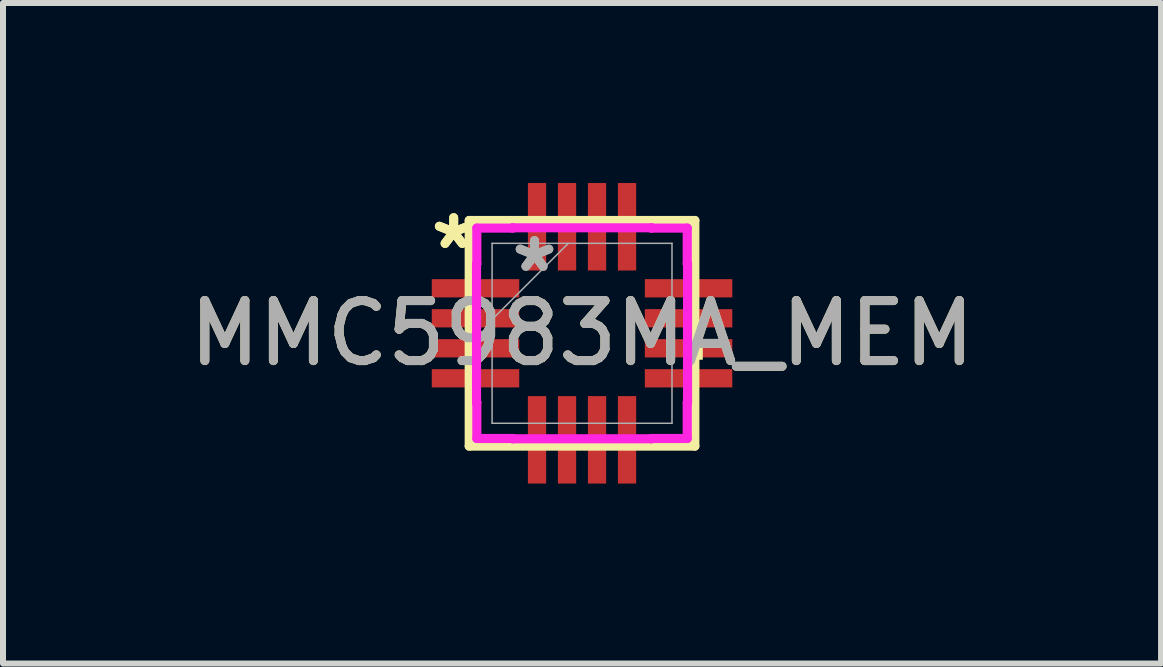
<source format=kicad_pcb>
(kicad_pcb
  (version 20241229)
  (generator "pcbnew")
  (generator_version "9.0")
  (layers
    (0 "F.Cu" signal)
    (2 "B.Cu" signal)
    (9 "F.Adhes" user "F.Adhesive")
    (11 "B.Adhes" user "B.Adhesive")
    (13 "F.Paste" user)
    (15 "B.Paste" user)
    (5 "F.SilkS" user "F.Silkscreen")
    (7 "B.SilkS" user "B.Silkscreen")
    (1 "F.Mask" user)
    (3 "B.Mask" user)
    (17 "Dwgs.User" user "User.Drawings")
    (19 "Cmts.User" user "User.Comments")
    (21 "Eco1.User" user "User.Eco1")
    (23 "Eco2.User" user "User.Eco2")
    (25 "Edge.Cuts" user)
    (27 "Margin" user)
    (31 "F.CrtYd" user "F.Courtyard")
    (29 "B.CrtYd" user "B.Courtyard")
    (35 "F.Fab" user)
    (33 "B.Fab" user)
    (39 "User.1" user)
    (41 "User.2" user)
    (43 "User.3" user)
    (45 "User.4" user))
  (footprint "MMC5983MA_MEM"
    (layer "F.Cu")
    (at 6.649 2.504)
    (property "Reference" "MMC5983MA_MEM" (at 0 0 0) (unlocked yes) (layer "F.SilkS") (effects (font (size 1 1) (thickness 0.15))))
    (attr smd)
    (fp_line (start -1.88 -1.88) (end -1.88 1.88) (stroke (width 0.152) (type solid)) (layer "F.SilkS"))
    (fp_line (start -1.88 1.88) (end 1.88 1.88) (stroke (width 0.152) (type solid)) (layer "F.SilkS"))
    (fp_line (start 1.88 -1.88) (end -1.88 -1.88) (stroke (width 0.152) (type solid)) (layer "F.SilkS"))
    (fp_line (start 1.88 1.88) (end 1.88 -1.88) (stroke (width 0.152) (type solid)) (layer "F.SilkS"))
    (fp_poly (pts (xy 2.012 0.059) (xy 2.012 0.441) (xy 1.758 0.441) (xy 1.758 0.059)) (stroke (width 0) (type solid)) (fill yes) (layer "F.SilkS"))
    (fp_rect (start -1.496 -0.902) (end -1.046 -0.598) (stroke (width 0) (type solid)) (fill yes) (layer "F.Paste"))
    (fp_rect (start -1.496 -0.402) (end -1.046 -0.098) (stroke (width 0) (type solid)) (fill yes) (layer "F.Paste"))
    (fp_rect (start -1.496 0.098) (end -1.046 0.402) (stroke (width 0) (type solid)) (fill yes) (layer "F.Paste"))
    (fp_rect (start -1.496 0.598) (end -1.046 0.902) (stroke (width 0) (type solid)) (fill yes) (layer "F.Paste"))
    (fp_rect (start -0.902 -1.504) (end -0.598 -1.054) (stroke (width 0) (type solid)) (fill yes) (layer "F.Paste"))
    (fp_rect (start -0.902 1.054) (end -0.598 1.504) (stroke (width 0) (type solid)) (fill yes) (layer "F.Paste"))
    (fp_rect (start -0.402 -1.504) (end -0.098 -1.054) (stroke (width 0) (type solid)) (fill yes) (layer "F.Paste"))
    (fp_rect (start -0.402 1.054) (end -0.098 1.504) (stroke (width 0) (type solid)) (fill yes) (layer "F.Paste"))
    (fp_rect (start 0.098 -1.496) (end 0.402 -1.046) (stroke (width 0) (type solid)) (fill yes) (layer "F.Paste"))
    (fp_rect (start 0.098 1.054) (end 0.402 1.504) (stroke (width 0) (type solid)) (fill yes) (layer "F.Paste"))
    (fp_rect (start 0.598 -1.496) (end 0.902 -1.046) (stroke (width 0) (type solid)) (fill yes) (layer "F.Paste"))
    (fp_rect (start 0.598 1.054) (end 0.902 1.504) (stroke (width 0) (type solid)) (fill yes) (layer "F.Paste"))
    (fp_rect (start 1.054 -0.902) (end 1.504 -0.598) (stroke (width 0) (type solid)) (fill yes) (layer "F.Paste"))
    (fp_rect (start 1.054 -0.402) (end 1.504 -0.098) (stroke (width 0) (type solid)) (fill yes) (layer "F.Paste"))
    (fp_rect (start 1.054 0.098) (end 1.504 0.402) (stroke (width 0) (type solid)) (fill yes) (layer "F.Paste"))
    (fp_rect (start 1.054 0.598) (end 1.504 0.902) (stroke (width 0) (type solid)) (fill yes) (layer "F.Paste"))
    (fp_line (start -1.758 -1.156) (end -1.753 -1.156) (stroke (width 0.152) (type solid)) (layer "F.CrtYd"))
    (fp_line (start -1.758 1.156) (end -1.758 -1.156) (stroke (width 0.152) (type solid)) (layer "F.CrtYd"))
    (fp_line (start -1.753 -1.753) (end -1.156 -1.753) (stroke (width 0.152) (type solid)) (layer "F.CrtYd"))
    (fp_line (start -1.753 -1.156) (end -1.753 -1.753) (stroke (width 0.152) (type solid)) (layer "F.CrtYd"))
    (fp_line (start -1.753 1.156) (end -1.758 1.156) (stroke (width 0.152) (type solid)) (layer "F.CrtYd"))
    (fp_line (start -1.753 1.753) (end -1.753 1.156) (stroke (width 0.152) (type solid)) (layer "F.CrtYd"))
    (fp_line (start -1.156 -1.758) (end 1.156 -1.758) (stroke (width 0.152) (type solid)) (layer "F.CrtYd"))
    (fp_line (start -1.156 -1.753) (end -1.156 -1.758) (stroke (width 0.152) (type solid)) (layer "F.CrtYd"))
    (fp_line (start -1.156 1.753) (end -1.753 1.753) (stroke (width 0.152) (type solid)) (layer "F.CrtYd"))
    (fp_line (start -1.156 1.758) (end -1.156 1.753) (stroke (width 0.152) (type solid)) (layer "F.CrtYd"))
    (fp_line (start 1.156 -1.758) (end 1.156 -1.753) (stroke (width 0.152) (type solid)) (layer "F.CrtYd"))
    (fp_line (start 1.156 -1.753) (end 1.753 -1.753) (stroke (width 0.152) (type solid)) (layer "F.CrtYd"))
    (fp_line (start 1.156 1.753) (end 1.156 1.758) (stroke (width 0.152) (type solid)) (layer "F.CrtYd"))
    (fp_line (start 1.156 1.758) (end -1.156 1.758) (stroke (width 0.152) (type solid)) (layer "F.CrtYd"))
    (fp_line (start 1.753 -1.753) (end 1.753 -1.156) (stroke (width 0.152) (type solid)) (layer "F.CrtYd"))
    (fp_line (start 1.753 -1.156) (end 1.758 -1.156) (stroke (width 0.152) (type solid)) (layer "F.CrtYd"))
    (fp_line (start 1.753 1.156) (end 1.753 1.753) (stroke (width 0.152) (type solid)) (layer "F.CrtYd"))
    (fp_line (start 1.753 1.753) (end 1.156 1.753) (stroke (width 0.152) (type solid)) (layer "F.CrtYd"))
    (fp_line (start 1.758 -1.156) (end 1.758 1.156) (stroke (width 0.152) (type solid)) (layer "F.CrtYd"))
    (fp_line (start 1.758 1.156) (end 1.753 1.156) (stroke (width 0.152) (type solid)) (layer "F.CrtYd"))
    (fp_line (start -1.499 -1.499) (end -1.499 1.499) (stroke (width 0.025) (type solid)) (layer "F.Fab"))
    (fp_line (start -1.499 -0.229) (end -0.229 -1.499) (stroke (width 0.025) (type solid)) (layer "F.Fab"))
    (fp_line (start -1.499 1.499) (end 1.499 1.499) (stroke (width 0.025) (type solid)) (layer "F.Fab"))
    (fp_line (start 1.499 -1.499) (end -1.499 -1.499) (stroke (width 0.025) (type solid)) (layer "F.Fab"))
    (fp_line (start 1.499 1.499) (end 1.499 -1.499) (stroke (width 0.025) (type solid)) (layer "F.Fab"))
    (fp_text user "*" (at -2.139 -1.381 0) (unlocked yes) (layer "F.SilkS") (effects (font (size 1 1) (thickness 0.15))))
    (fp_text user "*" (at -2.139 -1.381 0) (layer "F.SilkS") (effects (font (size 1 1) (thickness 0.15))))
    (fp_text user "*" (at -0.792 -1 0) (layer "F.Fab") (effects (font (size 1 1) (thickness 0.15))))
    (fp_text user "*" (at -0.792 -1 0) (unlocked yes) (layer "F.Fab") (effects (font (size 1 1) (thickness 0.15))))
    (fp_text user "${REFERENCE}" (at 0 0 0) (unlocked yes) (layer "F.Fab") (effects (font (size 1 1) (thickness 0.15))))
    (pad "1" smd custom (at -1.275 -0.75 90) (size 0.305 0.457) (layers "F.Cu" "F.Mask" "F.Paste") (options (anchor rect)) (primitives (gr_rect (start -0.152 -1.229) (end 0.152 -0.191) (width 0) (fill yes))))
    (pad "2" smd custom (at -1.275 -0.25 90) (size 0.305 0.457) (layers "F.Cu" "F.Mask" "F.Paste") (options (anchor rect)) (primitives (gr_rect (start -0.152 -1.229) (end 0.152 -0.17) (width 0) (fill yes))))
    (pad "3" smd custom (at -1.275 0.25 90) (size 0.305 0.457) (layers "F.Cu" "F.Mask" "F.Paste") (options (anchor rect)) (primitives (gr_rect (start -0.152 -1.229) (end 0.152 -0.16) (width 0) (fill yes))))
    (pad "4" smd custom (at -1.275 0.75 90) (size 0.305 0.457) (layers "F.Cu" "F.Mask" "F.Paste") (options (anchor rect)) (primitives (gr_rect (start -0.152 -1.229) (end 0.152 -0.154) (width 0) (fill yes))))
    (pad "5" smd custom (at -0.75 1.275) (size 0.305 0.457) (layers "F.Cu" "F.Mask" "F.Paste") (options (anchor rect)) (primitives (gr_rect (start -0.152 0.111) (end 0.152 1.229) (width 0) (fill yes))))
    (pad "6" smd custom (at -0.25 1.275) (size 0.305 0.457) (layers "F.Cu" "F.Mask" "F.Paste") (options (anchor rect)) (primitives (gr_rect (start -0.152 0.145) (end 0.152 1.229) (width 0) (fill yes))))
    (pad "7" smd custom (at 0.25 1.275) (size 0.305 0.457) (layers "F.Cu" "F.Mask" "F.Paste") (options (anchor rect)) (primitives (gr_rect (start -0.152 0.161) (end 0.152 1.229) (width 0) (fill yes))))
    (pad "8" smd custom (at 0.75 1.275) (size 0.305 0.457) (layers "F.Cu" "F.Mask" "F.Paste") (options (anchor rect)) (primitives (gr_rect (start -0.152 0.182) (end 0.152 1.229) (width 0) (fill yes))))
    (pad "9" smd custom (at 1.275 0.75 90) (size 0.305 0.457) (layers "F.Cu" "F.Mask" "F.Paste") (options (anchor rect)) (primitives (gr_rect (start -0.152 0.172) (end 0.152 1.229) (width 0) (fill yes))))
    (pad "10" smd custom (at 1.275 0.25 90) (size 0.305 0.457) (layers "F.Cu" "F.Mask" "F.Paste") (options (anchor rect)) (primitives (gr_rect (start -0.152 0.174) (end 0.152 1.229) (width 0) (fill yes))))
    (pad "11" smd custom (at 1.275 -0.25 90) (size 0.305 0.457) (layers "F.Cu" "F.Mask" "F.Paste") (options (anchor rect)) (primitives (gr_rect (start -0.152 0.198) (end 0.152 1.229) (width 0) (fill yes))))
    (pad "12" smd custom (at 1.275 -0.75 90) (size 0.305 0.457) (layers "F.Cu" "F.Mask" "F.Paste") (options (anchor rect)) (primitives (gr_rect (start -0.152 0.215) (end 0.152 1.229) (width 0) (fill yes))))
    (pad "13" smd custom (at 0.75 -1.275) (size 0.305 0.457) (layers "F.Cu" "F.Mask" "F.Paste") (options (anchor rect)) (primitives (gr_rect (start -0.152 -1.229) (end 0.152 -0.188) (width 0) (fill yes))))
    (pad "14" smd custom (at 0.25 -1.275) (size 0.305 0.457) (layers "F.Cu" "F.Mask" "F.Paste") (options (anchor rect)) (primitives (gr_rect (start -0.152 -1.229) (end 0.152 -0.194) (width 0) (fill yes))))
    (pad "15" smd custom (at -0.25 -1.275) (size 0.305 0.457) (layers "F.Cu" "F.Mask" "F.Paste") (options (anchor rect)) (primitives (gr_rect (start -0.152 -1.229) (end 0.152 -0.186) (width 0) (fill yes))))
    (pad "16" smd custom (at -0.75 -1.275) (size 0.305 0.457) (layers "F.Cu" "F.Mask" "F.Paste") (options (anchor rect)) (primitives (gr_rect (start -0.152 -1.229) (end 0.152 -0.198) (width 0) (fill yes)))))
  (gr_rect
    (start -3 -3)
    (end 16.298 8.007)
    (stroke (width 0.1) (type default))
    (fill no)
    (layer "Edge.Cuts")))
</source>
